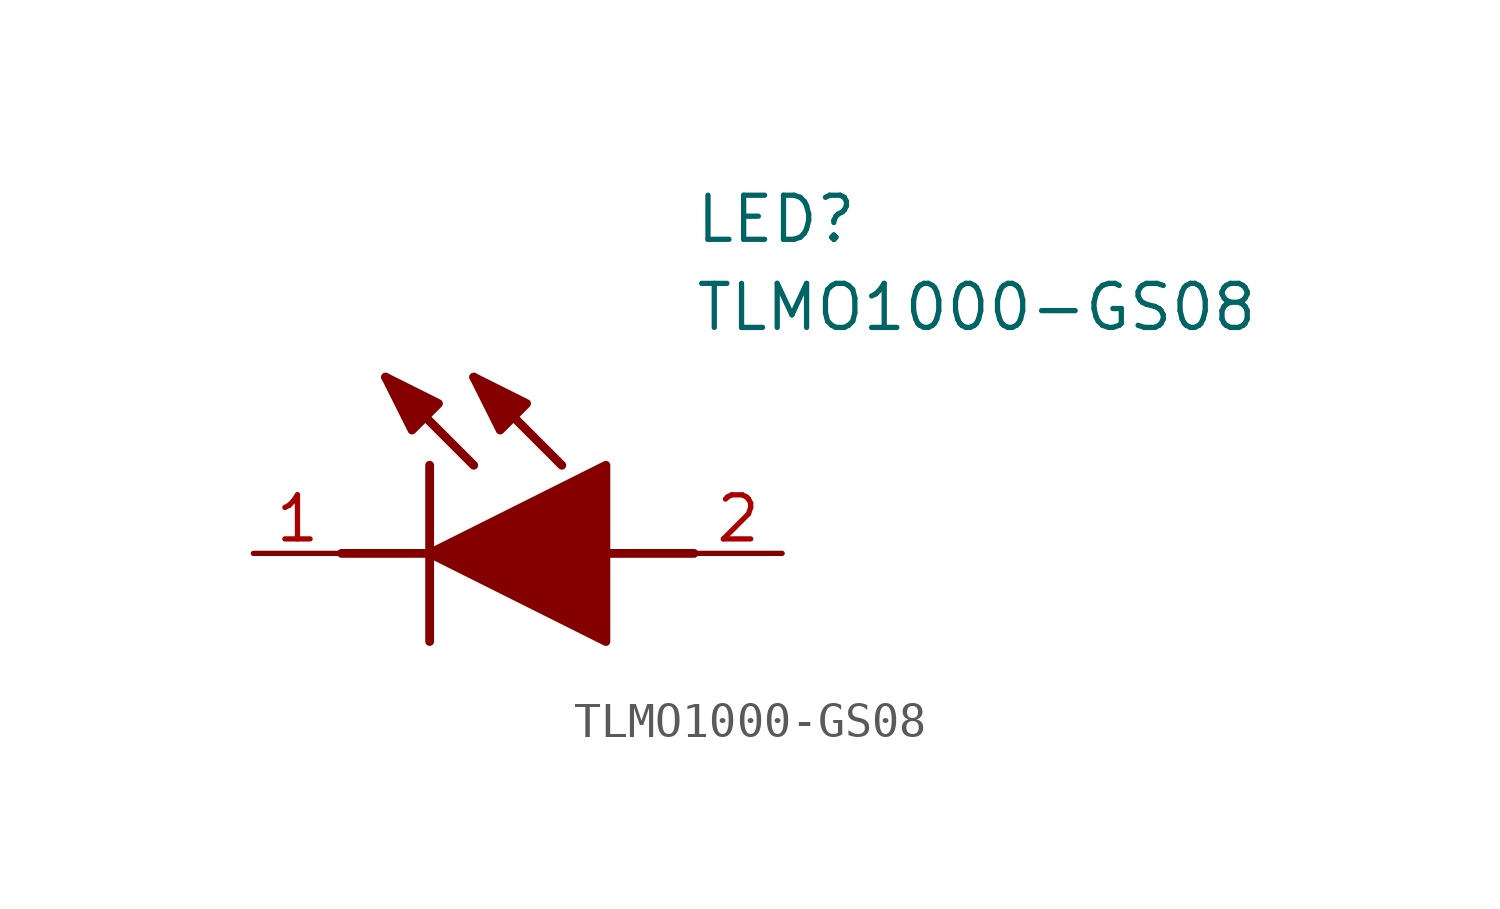
<source format=kicad_sym>
(kicad_symbol_lib
  (version 20211014)
  (generator SamacSys_ECAD_Model)
  (symbol "TLMO1000-GS08"
    (pin_names hide)
    (property "Reference" "LED"
      (at 12.7 8.89 0)
      (effects (font (size 1.27 1.27)) (justify left bottom)))
    (property "Value" "TLMO1000-GS08"
      (at 12.7 6.35 0)
      (effects (font (size 1.27 1.27)) (justify left bottom)))
    (polyline
      (pts (xy 5.08 2.54) (xy 5.08 -2.54))
      (stroke (width 0.254) (type default))
      (fill (type none)))
    (polyline
      (pts (xy 6.35 2.54) (xy 3.81 5.08))
      (stroke (width 0.254) (type default))
      (fill (type none)))
    (polyline
      (pts (xy 8.89 2.54) (xy 6.35 5.08))
      (stroke (width 0.254) (type default))
      (fill (type none)))
    (polyline
      (pts (xy 2.54 0) (xy 5.08 0))
      (stroke (width 0.254) (type default))
      (fill (type none)))
    (polyline
      (pts (xy 10.16 0) (xy 12.7 0))
      (stroke (width 0.254) (type default))
      (fill (type none)))
    (polyline
      (pts (xy 5.08 0) (xy 10.16 2.54) (xy 10.16 -2.54) (xy 5.08 0))
      (stroke (width 0.254) (type default))
      (fill (type outline)))
    (polyline
      (pts (xy 5.334 4.318) (xy 4.572 3.556) (xy 3.81 5.08) (xy 5.334 4.318))
      (stroke (width 0.254) (type default))
      (fill (type outline)))
    (polyline
      (pts (xy 7.874 4.318) (xy 7.112 3.556) (xy 6.35 5.08) (xy 7.874 4.318))
      (stroke (width 0.254) (type default))
      (fill (type outline)))
    (pin passive line
      (at 0 0 0)
      (length 2.54)
      (name "K" (effects (font (size 1.27 1.27))))
      (number "1" (effects (font (size 1.27 1.27)))))
    (pin passive line
      (at 15.24 0 180)
      (length 2.54)
      (name "A" (effects (font (size 1.27 1.27))))
      (number "2" (effects (font (size 1.27 1.27)))))))
</source>
